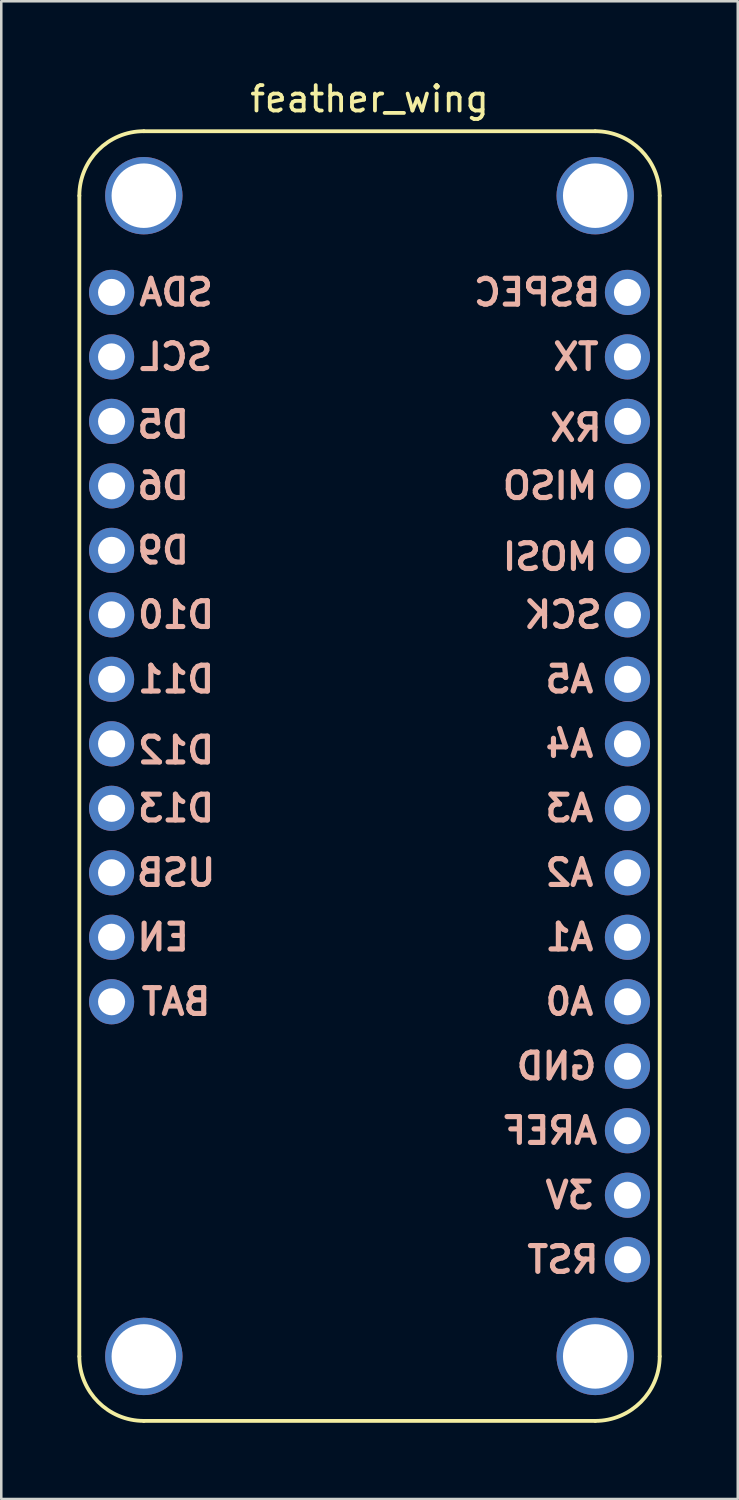
<source format=kicad_pcb>
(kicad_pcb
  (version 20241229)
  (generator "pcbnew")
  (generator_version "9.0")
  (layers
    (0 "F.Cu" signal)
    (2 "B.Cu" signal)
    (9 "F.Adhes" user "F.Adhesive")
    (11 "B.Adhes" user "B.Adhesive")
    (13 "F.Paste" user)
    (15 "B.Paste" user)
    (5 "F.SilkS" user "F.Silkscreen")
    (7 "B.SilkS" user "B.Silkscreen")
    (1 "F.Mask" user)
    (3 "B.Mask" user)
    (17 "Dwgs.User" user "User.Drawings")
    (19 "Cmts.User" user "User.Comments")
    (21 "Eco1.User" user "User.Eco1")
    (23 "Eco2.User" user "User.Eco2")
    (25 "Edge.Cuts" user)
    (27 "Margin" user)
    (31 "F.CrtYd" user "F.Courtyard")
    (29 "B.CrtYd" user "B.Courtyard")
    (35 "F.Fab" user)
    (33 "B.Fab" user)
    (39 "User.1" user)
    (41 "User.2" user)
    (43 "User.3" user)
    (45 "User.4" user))
  (footprint "feather_wing"
    (layer "F.Cu")
    (at 11.505 27.518)
    (property "Reference" "feather_wing" (at 0 -26.67 0) (layer "F.SilkS") (effects (font (size 1 1) (thickness 0.15))))
    (attr through_hole)
    (fp_line (start -11.43 -22.86) (end -11.43 22.86) (stroke (width 0.15) (type solid)) (layer "F.SilkS"))
    (fp_line (start 8.89 -25.4) (end -8.89 -25.4) (stroke (width 0.15) (type solid)) (layer "F.SilkS"))
    (fp_line (start 8.89 25.4) (end -8.89 25.4) (stroke (width 0.15) (type solid)) (layer "F.SilkS"))
    (fp_line (start 11.43 -22.86) (end 11.43 22.86) (stroke (width 0.15) (type solid)) (layer "F.SilkS"))
    (fp_arc (start -11.43 -22.86) (mid -10.686051 -24.656051) (end -8.89 -25.4) (stroke (width 0.15) (type solid)) (layer "F.SilkS"))
    (fp_arc (start -8.89 25.4) (mid -10.686051 24.656051) (end -11.43 22.86) (stroke (width 0.15) (type solid)) (layer "F.SilkS"))
    (fp_arc (start 8.89 -25.4) (mid 10.686051 -24.656051) (end 11.43 -22.86) (stroke (width 0.15) (type solid)) (layer "F.SilkS"))
    (fp_arc (start 11.43 22.86) (mid 10.686051 24.656051) (end 8.89 25.4) (stroke (width 0.15) (type solid)) (layer "F.SilkS"))
    (fp_text user "A0" (at 7.874 8.89 0) (layer "B.SilkS") (effects (font (size 1.016 1.016) (thickness 0.203)) (justify mirror)))
    (fp_text user "A4" (at 7.874 -1.27 0) (layer "B.SilkS") (effects (font (size 1.016 1.016) (thickness 0.203)) (justify mirror)))
    (fp_text user "A1" (at 7.874 6.35 0) (layer "B.SilkS") (effects (font (size 1.016 1.016) (thickness 0.203)) (justify mirror)))
    (fp_text user "D10" (at -7.62 -6.35 0) (layer "B.SilkS") (effects (font (size 1.016 1.016) (thickness 0.203)) (justify mirror)))
    (fp_text user "SCK" (at 7.62 -6.35 0) (layer "B.SilkS") (effects (font (size 1.016 1.016) (thickness 0.203)) (justify mirror)))
    (fp_text user "SDA" (at -7.62 -19.05 0) (layer "B.SilkS") (effects (font (size 1.016 1.016) (thickness 0.203)) (justify mirror)))
    (fp_text user "GND" (at 7.366 11.43 0) (layer "B.SilkS") (effects (font (size 1.016 1.016) (thickness 0.203)) (justify mirror)))
    (fp_text user "BAT" (at -7.62 8.89 0) (layer "B.SilkS") (effects (font (size 1.016 1.016) (thickness 0.203)) (justify mirror)))
    (fp_text user "AREF" (at 7.112 13.97 0) (layer "B.SilkS") (effects (font (size 1.016 1.016) (thickness 0.203)) (justify mirror)))
    (fp_text user "D5" (at -8.128 -13.843 0) (layer "B.SilkS") (effects (font (size 1.016 1.016) (thickness 0.203)) (justify mirror)))
    (fp_text user "D11" (at -7.62 -3.81 0) (layer "B.SilkS") (effects (font (size 1.016 1.016) (thickness 0.203)) (justify mirror)))
    (fp_text user "RX" (at 8.128 -13.716 0) (layer "B.SilkS") (effects (font (size 1.016 1.016) (thickness 0.203)) (justify mirror)))
    (fp_text user "D12" (at -7.62 -1.016 0) (layer "B.SilkS") (effects (font (size 1.016 1.016) (thickness 0.203)) (justify mirror)))
    (fp_text user "A2" (at 7.874 3.81 0) (layer "B.SilkS") (effects (font (size 1.016 1.016) (thickness 0.203)) (justify mirror)))
    (fp_text user "BSPEC" (at 6.604 -19.05 0) (layer "B.SilkS") (effects (font (size 1.016 1.016) (thickness 0.203)) (justify mirror)))
    (fp_text user "D13" (at -7.62 1.27 0) (layer "B.SilkS") (effects (font (size 1.016 1.016) (thickness 0.203)) (justify mirror)))
    (fp_text user "D6" (at -8.128 -11.43 0) (layer "B.SilkS") (effects (font (size 1.016 1.016) (thickness 0.203)) (justify mirror)))
    (fp_text user "MOSI" (at 7.112 -8.636 0) (layer "B.SilkS") (effects (font (size 1.016 1.016) (thickness 0.203)) (justify mirror)))
    (fp_text user "A5" (at 7.874 -3.81 0) (layer "B.SilkS") (effects (font (size 1.016 1.016) (thickness 0.203)) (justify mirror)))
    (fp_text user "EN" (at -8.128 6.35 0) (layer "B.SilkS") (effects (font (size 1.016 1.016) (thickness 0.203)) (justify mirror)))
    (fp_text user "D9" (at -8.128 -8.89 0) (layer "B.SilkS") (effects (font (size 1.016 1.016) (thickness 0.203)) (justify mirror)))
    (fp_text user "TX" (at 8.128 -16.51 0) (layer "B.SilkS") (effects (font (size 1.016 1.016) (thickness 0.203)) (justify mirror)))
    (fp_text user "A3" (at 7.874 1.27 0) (layer "B.SilkS") (effects (font (size 1.016 1.016) (thickness 0.203)) (justify mirror)))
    (fp_text user "USB" (at -7.62 3.81 0) (layer "B.SilkS") (effects (font (size 1.016 1.016) (thickness 0.203)) (justify mirror)))
    (fp_text user "MISO" (at 7.112 -11.43 0) (layer "B.SilkS") (effects (font (size 1.016 1.016) (thickness 0.203)) (justify mirror)))
    (fp_text user "SCL" (at -7.62 -16.51 0) (layer "B.SilkS") (effects (font (size 1.016 1.016) (thickness 0.203)) (justify mirror)))
    (fp_text user "RST" (at 7.62 19.05 0) (layer "B.SilkS") (effects (font (size 1.016 1.016) (thickness 0.203)) (justify mirror)))
    (fp_text user "3V" (at 7.874 16.51 0) (layer "B.SilkS") (effects (font (size 1.016 1.016) (thickness 0.203)) (justify mirror)))
    (pad "" np_thru_hole circle (at -8.89 -22.86) (size 3.048 3.048) (drill 2.54) (layers "*.Cu" "*.Mask"))
    (pad "" thru_hole circle (at -8.89 22.86) (size 3.048 3.048) (drill 2.54) (layers "*.Cu" "*.Mask"))
    (pad "" np_thru_hole circle (at 8.89 -22.86) (size 3.048 3.048) (drill 2.54) (layers "*.Cu" "*.Mask"))
    (pad "" thru_hole circle (at 8.89 22.86) (size 3.048 3.048) (drill 2.54) (layers "*.Cu" "*.Mask"))
    (pad "1" thru_hole circle (at -10.16 -19.05) (size 1.778 1.778) (drill 1.067) (layers "*.Cu" "*.Mask"))
    (pad "2" thru_hole circle (at -10.16 -16.51) (size 1.778 1.778) (drill 1.067) (layers "*.Cu" "*.Mask"))
    (pad "3" thru_hole circle (at -10.16 -13.97) (size 1.778 1.778) (drill 1.067) (layers "*.Cu" "*.Mask"))
    (pad "4" thru_hole circle (at -10.16 -11.43) (size 1.778 1.778) (drill 1.067) (layers "*.Cu" "*.Mask"))
    (pad "5" thru_hole circle (at -10.16 -8.89) (size 1.778 1.778) (drill 1.067) (layers "*.Cu" "*.Mask"))
    (pad "6" thru_hole circle (at -10.16 -6.35) (size 1.778 1.778) (drill 1.067) (layers "*.Cu" "*.Mask"))
    (pad "7" thru_hole circle (at -10.16 -3.81) (size 1.778 1.778) (drill 1.067) (layers "*.Cu" "*.Mask"))
    (pad "8" thru_hole circle (at -10.16 -1.27) (size 1.778 1.778) (drill 1.067) (layers "*.Cu" "*.Mask"))
    (pad "9" thru_hole circle (at -10.16 1.27) (size 1.778 1.778) (drill 1.067) (layers "*.Cu" "*.Mask"))
    (pad "10" thru_hole circle (at -10.16 3.81) (size 1.778 1.778) (drill 1.067) (layers "*.Cu" "*.Mask"))
    (pad "11" thru_hole circle (at -10.16 6.35) (size 1.778 1.778) (drill 1.067) (layers "*.Cu" "*.Mask"))
    (pad "12" thru_hole circle (at -10.16 8.89) (size 1.778 1.778) (drill 1.067) (layers "*.Cu" "*.Mask"))
    (pad "13" thru_hole circle (at 10.16 19.05) (size 1.778 1.778) (drill 1.067) (layers "*.Cu" "*.Mask"))
    (pad "14" thru_hole circle (at 10.16 16.51) (size 1.778 1.778) (drill 1.067) (layers "*.Cu" "*.Mask"))
    (pad "15" thru_hole circle (at 10.16 13.97) (size 1.778 1.778) (drill 1.067) (layers "*.Cu" "*.Mask"))
    (pad "16" thru_hole circle (at 10.16 11.43) (size 1.778 1.778) (drill 1.067) (layers "*.Cu" "*.Mask"))
    (pad "17" thru_hole circle (at 10.16 8.89) (size 1.778 1.778) (drill 1.067) (layers "*.Cu" "*.Mask"))
    (pad "18" thru_hole circle (at 10.16 6.35) (size 1.778 1.778) (drill 1.067) (layers "*.Cu" "*.Mask"))
    (pad "19" thru_hole circle (at 10.16 3.81) (size 1.778 1.778) (drill 1.067) (layers "*.Cu" "*.Mask"))
    (pad "20" thru_hole circle (at 10.16 1.27) (size 1.778 1.778) (drill 1.067) (layers "*.Cu" "*.Mask"))
    (pad "21" thru_hole circle (at 10.16 -1.27) (size 1.778 1.778) (drill 1.067) (layers "*.Cu" "*.Mask"))
    (pad "22" thru_hole circle (at 10.16 -3.81) (size 1.778 1.778) (drill 1.067) (layers "*.Cu" "*.Mask"))
    (pad "23" thru_hole circle (at 10.16 -6.35) (size 1.778 1.778) (drill 1.067) (layers "*.Cu" "*.Mask"))
    (pad "24" thru_hole circle (at 10.16 -8.89) (size 1.778 1.778) (drill 1.067) (layers "*.Cu" "*.Mask"))
    (pad "25" thru_hole circle (at 10.16 -11.43) (size 1.778 1.778) (drill 1.067) (layers "*.Cu" "*.Mask"))
    (pad "26" thru_hole circle (at 10.16 -13.97) (size 1.778 1.778) (drill 1.067) (layers "*.Cu" "*.Mask"))
    (pad "27" thru_hole circle (at 10.16 -16.51) (size 1.778 1.778) (drill 1.067) (layers "*.Cu" "*.Mask"))
    (pad "28" thru_hole circle (at 10.16 -19.05) (size 1.778 1.778) (drill 1.067) (layers "*.Cu" "*.Mask")))
  (gr_rect
    (start -3 -3)
    (end 26.01 55.993)
    (stroke (width 0.1) (type default))
    (fill no)
    (layer "Edge.Cuts")))
</source>
